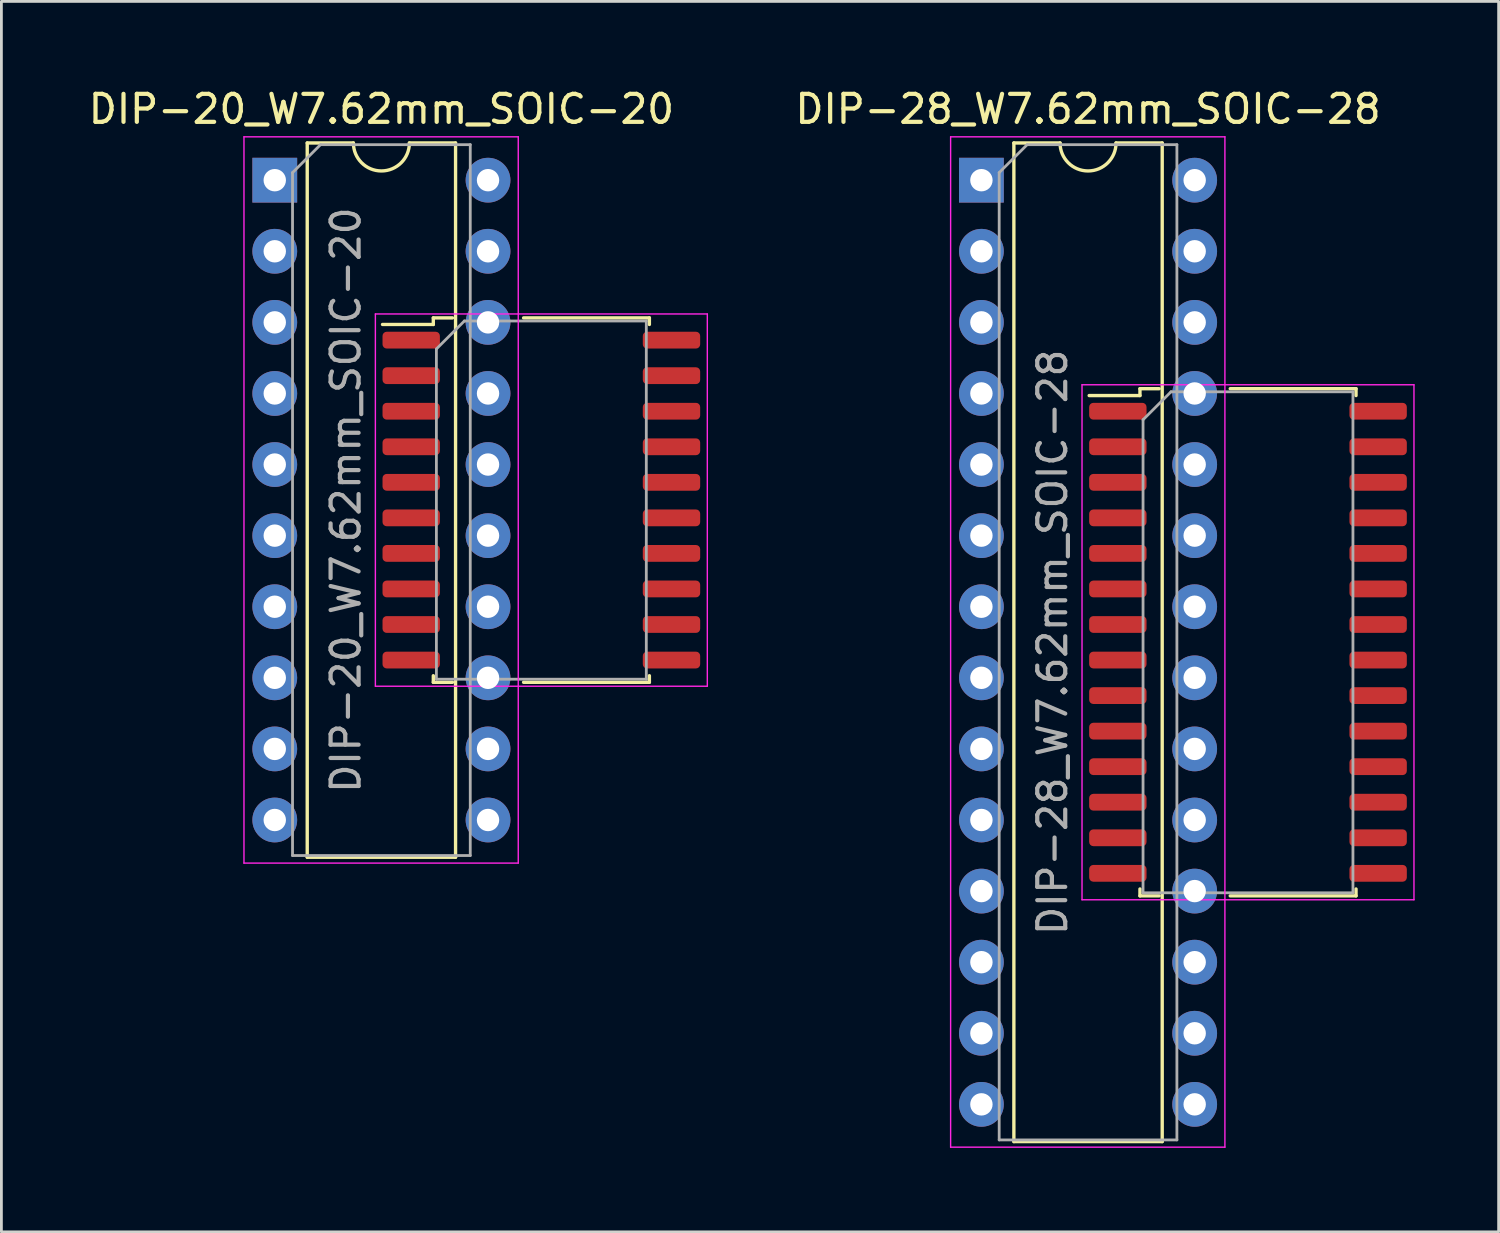
<source format=kicad_pcb>
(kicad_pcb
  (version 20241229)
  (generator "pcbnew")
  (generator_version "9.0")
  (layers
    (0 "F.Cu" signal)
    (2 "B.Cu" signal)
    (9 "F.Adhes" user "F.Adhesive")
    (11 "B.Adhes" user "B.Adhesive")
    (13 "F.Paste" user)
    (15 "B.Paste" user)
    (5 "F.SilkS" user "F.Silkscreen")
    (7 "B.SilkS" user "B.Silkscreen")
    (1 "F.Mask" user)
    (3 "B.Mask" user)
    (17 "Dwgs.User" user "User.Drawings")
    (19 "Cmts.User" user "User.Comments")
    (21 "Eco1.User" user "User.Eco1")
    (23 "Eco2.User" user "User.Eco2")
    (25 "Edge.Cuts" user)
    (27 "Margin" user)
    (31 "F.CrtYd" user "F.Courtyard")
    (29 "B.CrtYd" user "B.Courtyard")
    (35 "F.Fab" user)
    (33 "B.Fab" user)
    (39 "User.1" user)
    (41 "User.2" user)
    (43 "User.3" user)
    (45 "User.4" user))
  (footprint "DIP-28_W7.62mm_SOIC-28"
    (layer "F.Cu")
    (at 32.015 3.388)
    (property "Reference" "DIP-28_W7.62mm_SOIC-28" (at 3.81 -2.54 0) (layer "F.SilkS") (effects (font (size 1 1) (thickness 0.15))))
    (attr through_hole)
    (fp_line (start 1.16 -1.33) (end 1.16 34.35) (stroke (width 0.12) (type solid)) (layer "F.SilkS"))
    (fp_line (start 1.16 34.35) (end 6.46 34.35) (stroke (width 0.12) (type solid)) (layer "F.SilkS"))
    (fp_line (start 2.81 -1.33) (end 1.16 -1.33) (stroke (width 0.12) (type solid)) (layer "F.SilkS"))
    (fp_line (start 5.665 7.45) (end 5.665 7.695) (stroke (width 0.12) (type solid)) (layer "F.SilkS"))
    (fp_line (start 5.665 7.695) (end 3.85 7.695) (stroke (width 0.12) (type solid)) (layer "F.SilkS"))
    (fp_line (start 5.665 25.57) (end 5.665 25.325) (stroke (width 0.12) (type solid)) (layer "F.SilkS"))
    (fp_line (start 6.35 7.45) (end 5.665 7.45) (stroke (width 0.12) (type solid)) (layer "F.SilkS"))
    (fp_line (start 6.35 25.57) (end 5.665 25.57) (stroke (width 0.12) (type solid)) (layer "F.SilkS"))
    (fp_line (start 6.46 -1.33) (end 4.81 -1.33) (stroke (width 0.12) (type solid)) (layer "F.SilkS"))
    (fp_line (start 6.46 34.35) (end 6.46 -1.33) (stroke (width 0.12) (type solid)) (layer "F.SilkS"))
    (fp_line (start 8.89 7.45) (end 13.385 7.45) (stroke (width 0.12) (type solid)) (layer "F.SilkS"))
    (fp_line (start 8.89 25.57) (end 13.385 25.57) (stroke (width 0.12) (type solid)) (layer "F.SilkS"))
    (fp_line (start 13.385 7.45) (end 13.385 7.695) (stroke (width 0.12) (type solid)) (layer "F.SilkS"))
    (fp_line (start 13.385 25.57) (end 13.385 25.325) (stroke (width 0.12) (type solid)) (layer "F.SilkS"))
    (fp_arc (start 4.81 -1.33) (mid 3.81 -0.33) (end 2.81 -1.33) (stroke (width 0.12) (type solid)) (layer "F.SilkS"))
    (fp_line (start -1.1 -1.55) (end -1.1 34.55) (stroke (width 0.05) (type solid)) (layer "F.CrtYd"))
    (fp_line (start -1.1 34.55) (end 8.7 34.55) (stroke (width 0.05) (type solid)) (layer "F.CrtYd"))
    (fp_line (start 3.595 7.31) (end 3.595 25.71) (stroke (width 0.05) (type solid)) (layer "F.CrtYd"))
    (fp_line (start 3.595 25.71) (end 15.455 25.71) (stroke (width 0.05) (type solid)) (layer "F.CrtYd"))
    (fp_line (start 8.7 -1.55) (end -1.1 -1.55) (stroke (width 0.05) (type solid)) (layer "F.CrtYd"))
    (fp_line (start 8.7 34.55) (end 8.7 -1.55) (stroke (width 0.05) (type solid)) (layer "F.CrtYd"))
    (fp_line (start 15.455 7.31) (end 3.595 7.31) (stroke (width 0.05) (type solid)) (layer "F.CrtYd"))
    (fp_line (start 15.455 25.71) (end 15.455 7.31) (stroke (width 0.05) (type solid)) (layer "F.CrtYd"))
    (fp_line (start 0.635 -0.27) (end 1.635 -1.27) (stroke (width 0.1) (type solid)) (layer "F.Fab"))
    (fp_line (start 0.635 34.29) (end 0.635 -0.27) (stroke (width 0.1) (type solid)) (layer "F.Fab"))
    (fp_line (start 1.635 -1.27) (end 6.985 -1.27) (stroke (width 0.1) (type solid)) (layer "F.Fab"))
    (fp_line (start 5.775 8.56) (end 6.775 7.56) (stroke (width 0.1) (type solid)) (layer "F.Fab"))
    (fp_line (start 5.775 25.46) (end 5.775 8.56) (stroke (width 0.1) (type solid)) (layer "F.Fab"))
    (fp_line (start 6.775 7.56) (end 13.275 7.56) (stroke (width 0.1) (type solid)) (layer "F.Fab"))
    (fp_line (start 6.985 -1.27) (end 6.985 34.29) (stroke (width 0.1) (type solid)) (layer "F.Fab"))
    (fp_line (start 6.985 34.29) (end 0.635 34.29) (stroke (width 0.1) (type solid)) (layer "F.Fab"))
    (fp_line (start 13.275 7.56) (end 13.275 25.46) (stroke (width 0.1) (type solid)) (layer "F.Fab"))
    (fp_line (start 13.275 25.46) (end 5.775 25.46) (stroke (width 0.1) (type solid)) (layer "F.Fab"))
    (fp_text user "${REFERENCE}" (at 2.54 16.51 90) (layer "F.Fab") (effects (font (size 1 1) (thickness 0.15))))
    (pad "1" thru_hole rect (at 0 0) (size 1.6 1.6) (drill 0.8) (layers "*.Cu" "*.Mask"))
    (pad "1" smd roundrect (at 4.875 8.255) (size 2.05 0.6) (layers "F.Cu" "F.Mask" "F.Paste") (roundrect_rratio 0.25))
    (pad "2" thru_hole oval (at 0 2.54) (size 1.6 1.6) (drill 0.8) (layers "*.Cu" "*.Mask"))
    (pad "2" smd roundrect (at 4.875 9.525) (size 2.05 0.6) (layers "F.Cu" "F.Mask" "F.Paste") (roundrect_rratio 0.25))
    (pad "3" thru_hole oval (at 0 5.08) (size 1.6 1.6) (drill 0.8) (layers "*.Cu" "*.Mask"))
    (pad "3" smd roundrect (at 4.875 10.795) (size 2.05 0.6) (layers "F.Cu" "F.Mask" "F.Paste") (roundrect_rratio 0.25))
    (pad "4" thru_hole oval (at 0 7.62) (size 1.6 1.6) (drill 0.8) (layers "*.Cu" "*.Mask"))
    (pad "4" smd roundrect (at 4.875 12.065) (size 2.05 0.6) (layers "F.Cu" "F.Mask" "F.Paste") (roundrect_rratio 0.25))
    (pad "5" thru_hole oval (at 0 10.16) (size 1.6 1.6) (drill 0.8) (layers "*.Cu" "*.Mask"))
    (pad "5" smd roundrect (at 4.875 13.335) (size 2.05 0.6) (layers "F.Cu" "F.Mask" "F.Paste") (roundrect_rratio 0.25))
    (pad "6" thru_hole oval (at 0 12.7) (size 1.6 1.6) (drill 0.8) (layers "*.Cu" "*.Mask"))
    (pad "6" smd roundrect (at 4.875 14.605) (size 2.05 0.6) (layers "F.Cu" "F.Mask" "F.Paste") (roundrect_rratio 0.25))
    (pad "7" thru_hole oval (at 0 15.24) (size 1.6 1.6) (drill 0.8) (layers "*.Cu" "*.Mask"))
    (pad "7" smd roundrect (at 4.875 15.875) (size 2.05 0.6) (layers "F.Cu" "F.Mask" "F.Paste") (roundrect_rratio 0.25))
    (pad "8" thru_hole oval (at 0 17.78) (size 1.6 1.6) (drill 0.8) (layers "*.Cu" "*.Mask"))
    (pad "8" smd roundrect (at 4.875 17.145) (size 2.05 0.6) (layers "F.Cu" "F.Mask" "F.Paste") (roundrect_rratio 0.25))
    (pad "9" thru_hole oval (at 0 20.32) (size 1.6 1.6) (drill 0.8) (layers "*.Cu" "*.Mask"))
    (pad "9" smd roundrect (at 4.875 18.415) (size 2.05 0.6) (layers "F.Cu" "F.Mask" "F.Paste") (roundrect_rratio 0.25))
    (pad "10" thru_hole oval (at 0 22.86) (size 1.6 1.6) (drill 0.8) (layers "*.Cu" "*.Mask"))
    (pad "10" smd roundrect (at 4.875 19.685) (size 2.05 0.6) (layers "F.Cu" "F.Mask" "F.Paste") (roundrect_rratio 0.25))
    (pad "11" thru_hole oval (at 0 25.4) (size 1.6 1.6) (drill 0.8) (layers "*.Cu" "*.Mask"))
    (pad "11" smd roundrect (at 4.875 20.955) (size 2.05 0.6) (layers "F.Cu" "F.Mask" "F.Paste") (roundrect_rratio 0.25))
    (pad "12" thru_hole oval (at 0 27.94) (size 1.6 1.6) (drill 0.8) (layers "*.Cu" "*.Mask"))
    (pad "12" smd roundrect (at 4.875 22.225) (size 2.05 0.6) (layers "F.Cu" "F.Mask" "F.Paste") (roundrect_rratio 0.25))
    (pad "13" thru_hole oval (at 0 30.48) (size 1.6 1.6) (drill 0.8) (layers "*.Cu" "*.Mask"))
    (pad "13" smd roundrect (at 4.875 23.495) (size 2.05 0.6) (layers "F.Cu" "F.Mask" "F.Paste") (roundrect_rratio 0.25))
    (pad "14" thru_hole oval (at 0 33.02) (size 1.6 1.6) (drill 0.8) (layers "*.Cu" "*.Mask"))
    (pad "14" smd roundrect (at 4.875 24.765) (size 2.05 0.6) (layers "F.Cu" "F.Mask" "F.Paste") (roundrect_rratio 0.25))
    (pad "15" thru_hole oval (at 7.62 33.02) (size 1.6 1.6) (drill 0.8) (layers "*.Cu" "*.Mask"))
    (pad "15" smd roundrect (at 14.175 24.765) (size 2.05 0.6) (layers "F.Cu" "F.Mask" "F.Paste") (roundrect_rratio 0.25))
    (pad "16" thru_hole oval (at 7.62 30.48) (size 1.6 1.6) (drill 0.8) (layers "*.Cu" "*.Mask"))
    (pad "16" smd roundrect (at 14.175 23.495) (size 2.05 0.6) (layers "F.Cu" "F.Mask" "F.Paste") (roundrect_rratio 0.25))
    (pad "17" thru_hole oval (at 7.62 27.94) (size 1.6 1.6) (drill 0.8) (layers "*.Cu" "*.Mask"))
    (pad "17" smd roundrect (at 14.175 22.225) (size 2.05 0.6) (layers "F.Cu" "F.Mask" "F.Paste") (roundrect_rratio 0.25))
    (pad "18" thru_hole oval (at 7.62 25.4) (size 1.6 1.6) (drill 0.8) (layers "*.Cu" "*.Mask"))
    (pad "18" smd roundrect (at 14.175 20.955) (size 2.05 0.6) (layers "F.Cu" "F.Mask" "F.Paste") (roundrect_rratio 0.25))
    (pad "19" thru_hole oval (at 7.62 22.86) (size 1.6 1.6) (drill 0.8) (layers "*.Cu" "*.Mask"))
    (pad "19" smd roundrect (at 14.175 19.685) (size 2.05 0.6) (layers "F.Cu" "F.Mask" "F.Paste") (roundrect_rratio 0.25))
    (pad "20" thru_hole oval (at 7.62 20.32) (size 1.6 1.6) (drill 0.8) (layers "*.Cu" "*.Mask"))
    (pad "20" smd roundrect (at 14.175 18.415) (size 2.05 0.6) (layers "F.Cu" "F.Mask" "F.Paste") (roundrect_rratio 0.25))
    (pad "21" thru_hole oval (at 7.62 17.78) (size 1.6 1.6) (drill 0.8) (layers "*.Cu" "*.Mask"))
    (pad "21" smd roundrect (at 14.175 17.145) (size 2.05 0.6) (layers "F.Cu" "F.Mask" "F.Paste") (roundrect_rratio 0.25))
    (pad "22" thru_hole oval (at 7.62 15.24) (size 1.6 1.6) (drill 0.8) (layers "*.Cu" "*.Mask"))
    (pad "22" smd roundrect (at 14.175 15.875) (size 2.05 0.6) (layers "F.Cu" "F.Mask" "F.Paste") (roundrect_rratio 0.25))
    (pad "23" thru_hole oval (at 7.62 12.7) (size 1.6 1.6) (drill 0.8) (layers "*.Cu" "*.Mask"))
    (pad "23" smd roundrect (at 14.175 14.605) (size 2.05 0.6) (layers "F.Cu" "F.Mask" "F.Paste") (roundrect_rratio 0.25))
    (pad "24" thru_hole oval (at 7.62 10.16) (size 1.6 1.6) (drill 0.8) (layers "*.Cu" "*.Mask"))
    (pad "24" smd roundrect (at 14.175 13.335) (size 2.05 0.6) (layers "F.Cu" "F.Mask" "F.Paste") (roundrect_rratio 0.25))
    (pad "25" thru_hole oval (at 7.62 7.62) (size 1.6 1.6) (drill 0.8) (layers "*.Cu" "*.Mask"))
    (pad "25" smd roundrect (at 14.175 12.065) (size 2.05 0.6) (layers "F.Cu" "F.Mask" "F.Paste") (roundrect_rratio 0.25))
    (pad "26" thru_hole oval (at 7.62 5.08) (size 1.6 1.6) (drill 0.8) (layers "*.Cu" "*.Mask"))
    (pad "26" smd roundrect (at 14.175 10.795) (size 2.05 0.6) (layers "F.Cu" "F.Mask" "F.Paste") (roundrect_rratio 0.25))
    (pad "27" thru_hole oval (at 7.62 2.54) (size 1.6 1.6) (drill 0.8) (layers "*.Cu" "*.Mask"))
    (pad "27" smd roundrect (at 14.175 9.525) (size 2.05 0.6) (layers "F.Cu" "F.Mask" "F.Paste") (roundrect_rratio 0.25))
    (pad "28" thru_hole oval (at 7.62 0) (size 1.6 1.6) (drill 0.8) (layers "*.Cu" "*.Mask"))
    (pad "28" smd roundrect (at 14.175 8.255) (size 2.05 0.6) (layers "F.Cu" "F.Mask" "F.Paste") (roundrect_rratio 0.25)))
  (footprint "DIP-20_W7.62mm_SOIC-20"
    (layer "F.Cu")
    (at 6.767 3.388)
    (property "Reference" "DIP-20_W7.62mm_SOIC-20" (at 3.81 -2.54 0) (layer "F.SilkS") (effects (font (size 1 1) (thickness 0.15))))
    (attr through_hole)
    (fp_line (start 1.16 -1.33) (end 1.16 24.19) (stroke (width 0.12) (type solid)) (layer "F.SilkS"))
    (fp_line (start 1.16 24.19) (end 6.46 24.19) (stroke (width 0.12) (type solid)) (layer "F.SilkS"))
    (fp_line (start 2.81 -1.33) (end 1.16 -1.33) (stroke (width 0.12) (type solid)) (layer "F.SilkS"))
    (fp_line (start 5.665 4.92) (end 5.665 5.155) (stroke (width 0.12) (type solid)) (layer "F.SilkS"))
    (fp_line (start 5.665 5.155) (end 3.85 5.155) (stroke (width 0.12) (type solid)) (layer "F.SilkS"))
    (fp_line (start 5.665 17.94) (end 5.665 17.705) (stroke (width 0.12) (type solid)) (layer "F.SilkS"))
    (fp_line (start 6.35 4.92) (end 5.665 4.92) (stroke (width 0.12) (type solid)) (layer "F.SilkS"))
    (fp_line (start 6.35 17.94) (end 5.665 17.94) (stroke (width 0.12) (type solid)) (layer "F.SilkS"))
    (fp_line (start 6.46 -1.33) (end 4.81 -1.33) (stroke (width 0.12) (type solid)) (layer "F.SilkS"))
    (fp_line (start 6.46 24.19) (end 6.46 -1.33) (stroke (width 0.12) (type solid)) (layer "F.SilkS"))
    (fp_line (start 8.89 4.92) (end 13.385 4.92) (stroke (width 0.12) (type solid)) (layer "F.SilkS"))
    (fp_line (start 8.89 17.94) (end 13.385 17.94) (stroke (width 0.12) (type solid)) (layer "F.SilkS"))
    (fp_line (start 13.385 4.92) (end 13.385 5.155) (stroke (width 0.12) (type solid)) (layer "F.SilkS"))
    (fp_line (start 13.385 17.94) (end 13.385 17.705) (stroke (width 0.12) (type solid)) (layer "F.SilkS"))
    (fp_arc (start 4.81 -1.33) (mid 3.81 -0.33) (end 2.81 -1.33) (stroke (width 0.12) (type solid)) (layer "F.SilkS"))
    (fp_line (start -1.1 -1.55) (end -1.1 24.4) (stroke (width 0.05) (type solid)) (layer "F.CrtYd"))
    (fp_line (start -1.1 24.4) (end 8.7 24.4) (stroke (width 0.05) (type solid)) (layer "F.CrtYd"))
    (fp_line (start 3.595 4.78) (end 3.595 18.08) (stroke (width 0.05) (type solid)) (layer "F.CrtYd"))
    (fp_line (start 3.595 18.08) (end 15.455 18.08) (stroke (width 0.05) (type solid)) (layer "F.CrtYd"))
    (fp_line (start 8.7 -1.55) (end -1.1 -1.55) (stroke (width 0.05) (type solid)) (layer "F.CrtYd"))
    (fp_line (start 8.7 24.4) (end 8.7 -1.55) (stroke (width 0.05) (type solid)) (layer "F.CrtYd"))
    (fp_line (start 15.455 4.78) (end 3.595 4.78) (stroke (width 0.05) (type solid)) (layer "F.CrtYd"))
    (fp_line (start 15.455 18.08) (end 15.455 4.78) (stroke (width 0.05) (type solid)) (layer "F.CrtYd"))
    (fp_line (start 0.635 -0.27) (end 1.635 -1.27) (stroke (width 0.1) (type solid)) (layer "F.Fab"))
    (fp_line (start 0.635 24.13) (end 0.635 -0.27) (stroke (width 0.1) (type solid)) (layer "F.Fab"))
    (fp_line (start 1.635 -1.27) (end 6.985 -1.27) (stroke (width 0.1) (type solid)) (layer "F.Fab"))
    (fp_line (start 5.775 6.03) (end 6.775 5.03) (stroke (width 0.1) (type solid)) (layer "F.Fab"))
    (fp_line (start 5.775 17.83) (end 5.775 6.03) (stroke (width 0.1) (type solid)) (layer "F.Fab"))
    (fp_line (start 6.775 5.03) (end 13.275 5.03) (stroke (width 0.1) (type solid)) (layer "F.Fab"))
    (fp_line (start 6.985 -1.27) (end 6.985 24.13) (stroke (width 0.1) (type solid)) (layer "F.Fab"))
    (fp_line (start 6.985 24.13) (end 0.635 24.13) (stroke (width 0.1) (type solid)) (layer "F.Fab"))
    (fp_line (start 13.275 5.03) (end 13.275 17.83) (stroke (width 0.1) (type solid)) (layer "F.Fab"))
    (fp_line (start 13.275 17.83) (end 5.775 17.83) (stroke (width 0.1) (type solid)) (layer "F.Fab"))
    (fp_text user "${REFERENCE}" (at 2.54 11.43 90) (layer "F.Fab") (effects (font (size 1 1) (thickness 0.15))))
    (pad "1" thru_hole rect (at 0 0) (size 1.6 1.6) (drill 0.8) (layers "*.Cu" "*.Mask"))
    (pad "1" smd roundrect (at 4.875 5.715) (size 2.05 0.6) (layers "F.Cu" "F.Mask" "F.Paste") (roundrect_rratio 0.25))
    (pad "2" thru_hole oval (at 0 2.54) (size 1.6 1.6) (drill 0.8) (layers "*.Cu" "*.Mask"))
    (pad "2" smd roundrect (at 4.875 6.985) (size 2.05 0.6) (layers "F.Cu" "F.Mask" "F.Paste") (roundrect_rratio 0.25))
    (pad "3" thru_hole oval (at 0 5.08) (size 1.6 1.6) (drill 0.8) (layers "*.Cu" "*.Mask"))
    (pad "3" smd roundrect (at 4.875 8.255) (size 2.05 0.6) (layers "F.Cu" "F.Mask" "F.Paste") (roundrect_rratio 0.25))
    (pad "4" thru_hole oval (at 0 7.62) (size 1.6 1.6) (drill 0.8) (layers "*.Cu" "*.Mask"))
    (pad "4" smd roundrect (at 4.875 9.525) (size 2.05 0.6) (layers "F.Cu" "F.Mask" "F.Paste") (roundrect_rratio 0.25))
    (pad "5" thru_hole oval (at 0 10.16) (size 1.6 1.6) (drill 0.8) (layers "*.Cu" "*.Mask"))
    (pad "5" smd roundrect (at 4.875 10.795) (size 2.05 0.6) (layers "F.Cu" "F.Mask" "F.Paste") (roundrect_rratio 0.25))
    (pad "6" thru_hole oval (at 0 12.7) (size 1.6 1.6) (drill 0.8) (layers "*.Cu" "*.Mask"))
    (pad "6" smd roundrect (at 4.875 12.065) (size 2.05 0.6) (layers "F.Cu" "F.Mask" "F.Paste") (roundrect_rratio 0.25))
    (pad "7" thru_hole oval (at 0 15.24) (size 1.6 1.6) (drill 0.8) (layers "*.Cu" "*.Mask"))
    (pad "7" smd roundrect (at 4.875 13.335) (size 2.05 0.6) (layers "F.Cu" "F.Mask" "F.Paste") (roundrect_rratio 0.25))
    (pad "8" thru_hole oval (at 0 17.78) (size 1.6 1.6) (drill 0.8) (layers "*.Cu" "*.Mask"))
    (pad "8" smd roundrect (at 4.875 14.605) (size 2.05 0.6) (layers "F.Cu" "F.Mask" "F.Paste") (roundrect_rratio 0.25))
    (pad "9" thru_hole oval (at 0 20.32) (size 1.6 1.6) (drill 0.8) (layers "*.Cu" "*.Mask"))
    (pad "9" smd roundrect (at 4.875 15.875) (size 2.05 0.6) (layers "F.Cu" "F.Mask" "F.Paste") (roundrect_rratio 0.25))
    (pad "10" thru_hole oval (at 0 22.86) (size 1.6 1.6) (drill 0.8) (layers "*.Cu" "*.Mask"))
    (pad "10" smd roundrect (at 4.875 17.145) (size 2.05 0.6) (layers "F.Cu" "F.Mask" "F.Paste") (roundrect_rratio 0.25))
    (pad "11" thru_hole oval (at 7.62 22.86) (size 1.6 1.6) (drill 0.8) (layers "*.Cu" "*.Mask"))
    (pad "11" smd roundrect (at 14.175 17.145) (size 2.05 0.6) (layers "F.Cu" "F.Mask" "F.Paste") (roundrect_rratio 0.25))
    (pad "12" thru_hole oval (at 7.62 20.32) (size 1.6 1.6) (drill 0.8) (layers "*.Cu" "*.Mask"))
    (pad "12" smd roundrect (at 14.175 15.875) (size 2.05 0.6) (layers "F.Cu" "F.Mask" "F.Paste") (roundrect_rratio 0.25))
    (pad "13" thru_hole oval (at 7.62 17.78) (size 1.6 1.6) (drill 0.8) (layers "*.Cu" "*.Mask"))
    (pad "13" smd roundrect (at 14.175 14.605) (size 2.05 0.6) (layers "F.Cu" "F.Mask" "F.Paste") (roundrect_rratio 0.25))
    (pad "14" thru_hole oval (at 7.62 15.24) (size 1.6 1.6) (drill 0.8) (layers "*.Cu" "*.Mask"))
    (pad "14" smd roundrect (at 14.175 13.335) (size 2.05 0.6) (layers "F.Cu" "F.Mask" "F.Paste") (roundrect_rratio 0.25))
    (pad "15" thru_hole oval (at 7.62 12.7) (size 1.6 1.6) (drill 0.8) (layers "*.Cu" "*.Mask"))
    (pad "15" smd roundrect (at 14.175 12.065) (size 2.05 0.6) (layers "F.Cu" "F.Mask" "F.Paste") (roundrect_rratio 0.25))
    (pad "16" thru_hole oval (at 7.62 10.16) (size 1.6 1.6) (drill 0.8) (layers "*.Cu" "*.Mask"))
    (pad "16" smd roundrect (at 14.175 10.795) (size 2.05 0.6) (layers "F.Cu" "F.Mask" "F.Paste") (roundrect_rratio 0.25))
    (pad "17" thru_hole oval (at 7.62 7.62) (size 1.6 1.6) (drill 0.8) (layers "*.Cu" "*.Mask"))
    (pad "17" smd roundrect (at 14.175 9.525) (size 2.05 0.6) (layers "F.Cu" "F.Mask" "F.Paste") (roundrect_rratio 0.25))
    (pad "18" thru_hole oval (at 7.62 5.08) (size 1.6 1.6) (drill 0.8) (layers "*.Cu" "*.Mask"))
    (pad "18" smd roundrect (at 14.175 8.255) (size 2.05 0.6) (layers "F.Cu" "F.Mask" "F.Paste") (roundrect_rratio 0.25))
    (pad "19" thru_hole oval (at 7.62 2.54) (size 1.6 1.6) (drill 0.8) (layers "*.Cu" "*.Mask"))
    (pad "19" smd roundrect (at 14.175 6.985) (size 2.05 0.6) (layers "F.Cu" "F.Mask" "F.Paste") (roundrect_rratio 0.25))
    (pad "20" thru_hole oval (at 7.62 0) (size 1.6 1.6) (drill 0.8) (layers "*.Cu" "*.Mask"))
    (pad "20" smd roundrect (at 14.175 5.715) (size 2.05 0.6) (layers "F.Cu" "F.Mask" "F.Paste") (roundrect_rratio 0.25)))
  (gr_rect
    (start -3 -3)
    (end 50.495 40.963)
    (stroke (width 0.1) (type default))
    (fill no)
    (layer "Edge.Cuts")))
</source>
